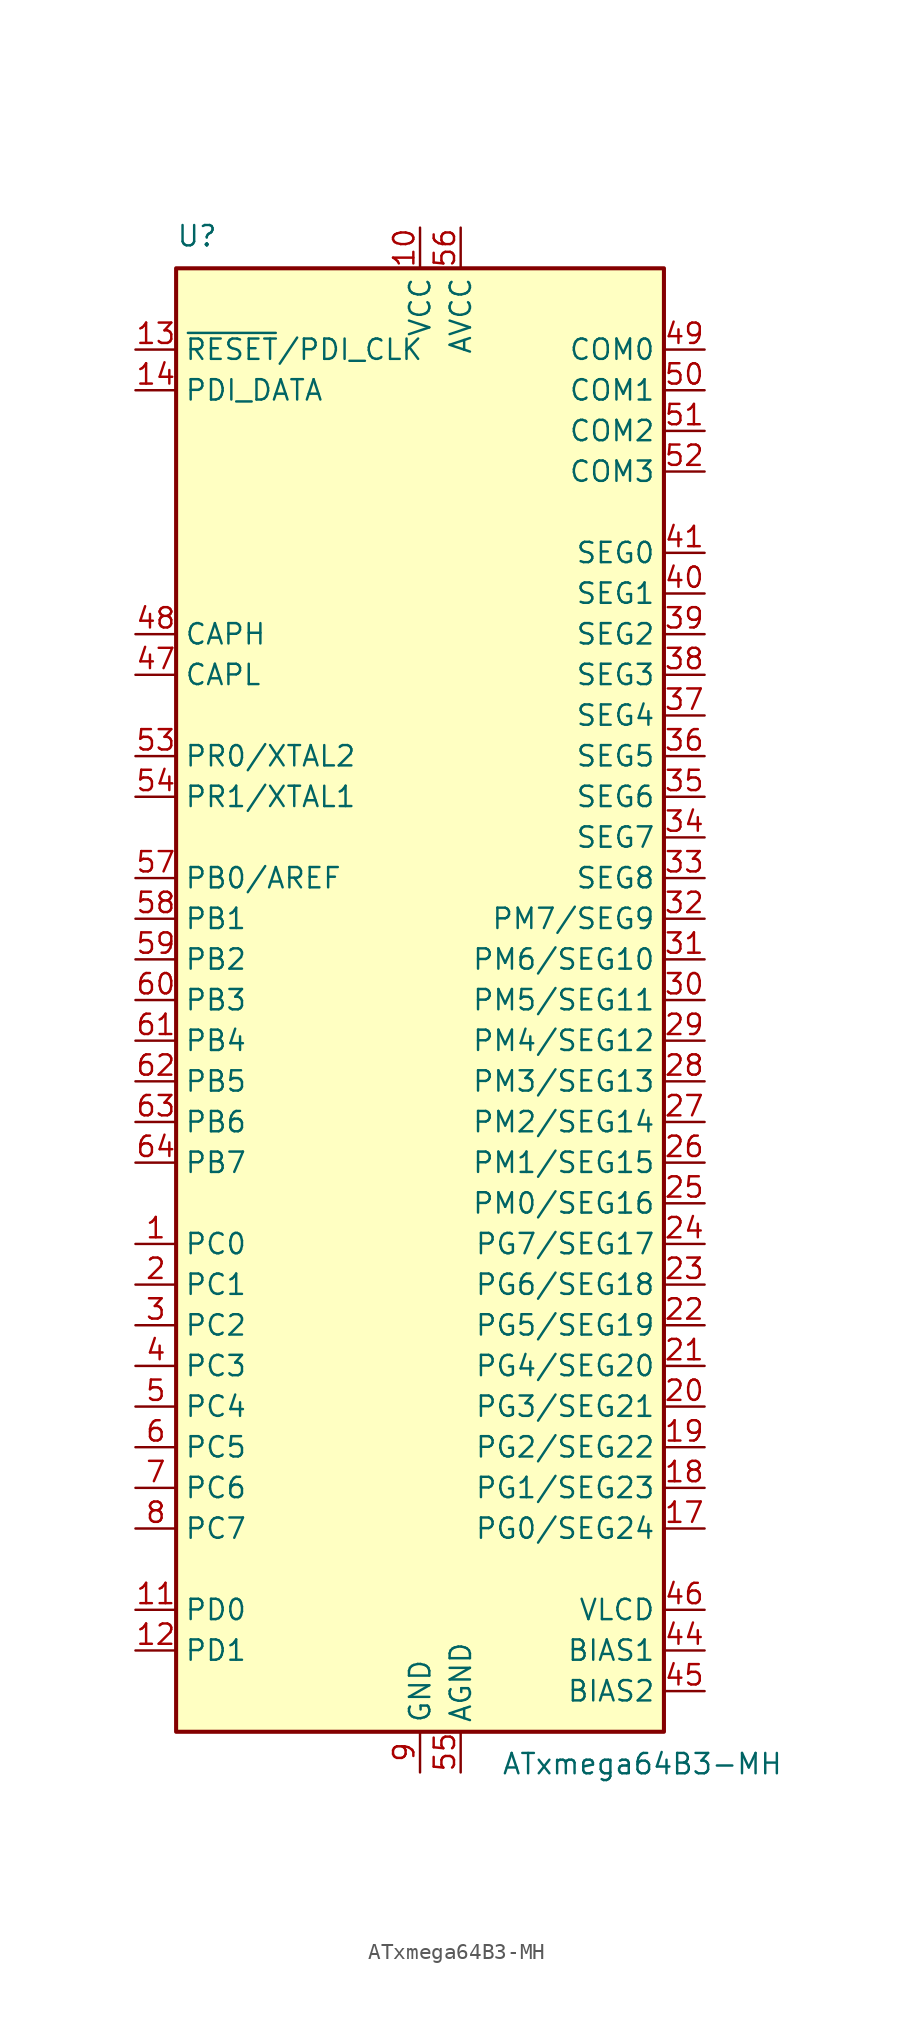
<source format=kicad_sym>
(kicad_symbol_lib
  (version 20211014)
  (generator kicad_symbol_editor)
  (symbol "ATxmega64B3-MH"
    (property "Reference" "U"
      (at -15.24 46.99 0)
      (effects (font (size 1.27 1.27)) (justify left bottom)))
    (property "Value" "ATxmega64B3-MH"
      (at 5.08 -46.99 0)
      (effects (font (size 1.27 1.27)) (justify left top)))
    (symbol "ATxmega64B3-MH_0_1"
      (rectangle (start -15.24 -45.72) (end 15.24 45.72) (stroke (width 0.254) (type default) (color 0 0 0 0)) (fill (type background))))
    (symbol "ATxmega64B3-MH_1_1"
      (pin bidirectional line (at -17.78 -15.24 0) (length 2.54) (name "PC0" (effects (font (size 1.27 1.27)))) (number "1" (effects (font (size 1.27 1.27)))))
      (pin power_in line (at 0 48.26 270) (length 2.54) (name "VCC" (effects (font (size 1.27 1.27)))) (number "10" (effects (font (size 1.27 1.27)))))
      (pin bidirectional line (at -17.78 -38.1 0) (length 2.54) (name "PD0" (effects (font (size 1.27 1.27)))) (number "11" (effects (font (size 1.27 1.27)))))
      (pin bidirectional line (at -17.78 -40.64 0) (length 2.54) (name "PD1" (effects (font (size 1.27 1.27)))) (number "12" (effects (font (size 1.27 1.27)))))
      (pin input line (at -17.78 40.64 0) (length 2.54) (name "~{RESET}/PDI_CLK" (effects (font (size 1.27 1.27)))) (number "13" (effects (font (size 1.27 1.27)))))
      (pin bidirectional line (at -17.78 38.1 0) (length 2.54) (name "PDI_DATA" (effects (font (size 1.27 1.27)))) (number "14" (effects (font (size 1.27 1.27)))))
      (pin passive line (at 0 -48.26 90) (length 2.54) hide (name "GND" (effects (font (size 1.27 1.27)))) (number "15" (effects (font (size 1.27 1.27)))))
      (pin passive line (at 0 48.26 270) (length 2.54) hide (name "VCC" (effects (font (size 1.27 1.27)))) (number "16" (effects (font (size 1.27 1.27)))))
      (pin bidirectional line (at 17.78 -33.02 180) (length 2.54) (name "PG0/SEG24" (effects (font (size 1.27 1.27)))) (number "17" (effects (font (size 1.27 1.27)))))
      (pin bidirectional line (at 17.78 -30.48 180) (length 2.54) (name "PG1/SEG23" (effects (font (size 1.27 1.27)))) (number "18" (effects (font (size 1.27 1.27)))))
      (pin bidirectional line (at 17.78 -27.94 180) (length 2.54) (name "PG2/SEG22" (effects (font (size 1.27 1.27)))) (number "19" (effects (font (size 1.27 1.27)))))
      (pin bidirectional line (at -17.78 -17.78 0) (length 2.54) (name "PC1" (effects (font (size 1.27 1.27)))) (number "2" (effects (font (size 1.27 1.27)))))
      (pin bidirectional line (at 17.78 -25.4 180) (length 2.54) (name "PG3/SEG21" (effects (font (size 1.27 1.27)))) (number "20" (effects (font (size 1.27 1.27)))))
      (pin bidirectional line (at 17.78 -22.86 180) (length 2.54) (name "PG4/SEG20" (effects (font (size 1.27 1.27)))) (number "21" (effects (font (size 1.27 1.27)))))
      (pin bidirectional line (at 17.78 -20.32 180) (length 2.54) (name "PG5/SEG19" (effects (font (size 1.27 1.27)))) (number "22" (effects (font (size 1.27 1.27)))))
      (pin bidirectional line (at 17.78 -17.78 180) (length 2.54) (name "PG6/SEG18" (effects (font (size 1.27 1.27)))) (number "23" (effects (font (size 1.27 1.27)))))
      (pin bidirectional line (at 17.78 -15.24 180) (length 2.54) (name "PG7/SEG17" (effects (font (size 1.27 1.27)))) (number "24" (effects (font (size 1.27 1.27)))))
      (pin bidirectional line (at 17.78 -12.7 180) (length 2.54) (name "PM0/SEG16" (effects (font (size 1.27 1.27)))) (number "25" (effects (font (size 1.27 1.27)))))
      (pin bidirectional line (at 17.78 -10.16 180) (length 2.54) (name "PM1/SEG15" (effects (font (size 1.27 1.27)))) (number "26" (effects (font (size 1.27 1.27)))))
      (pin bidirectional line (at 17.78 -7.62 180) (length 2.54) (name "PM2/SEG14" (effects (font (size 1.27 1.27)))) (number "27" (effects (font (size 1.27 1.27)))))
      (pin bidirectional line (at 17.78 -5.08 180) (length 2.54) (name "PM3/SEG13" (effects (font (size 1.27 1.27)))) (number "28" (effects (font (size 1.27 1.27)))))
      (pin bidirectional line (at 17.78 -2.54 180) (length 2.54) (name "PM4/SEG12" (effects (font (size 1.27 1.27)))) (number "29" (effects (font (size 1.27 1.27)))))
      (pin bidirectional line (at -17.78 -20.32 0) (length 2.54) (name "PC2" (effects (font (size 1.27 1.27)))) (number "3" (effects (font (size 1.27 1.27)))))
      (pin bidirectional line (at 17.78 0 180) (length 2.54) (name "PM5/SEG11" (effects (font (size 1.27 1.27)))) (number "30" (effects (font (size 1.27 1.27)))))
      (pin bidirectional line (at 17.78 2.54 180) (length 2.54) (name "PM6/SEG10" (effects (font (size 1.27 1.27)))) (number "31" (effects (font (size 1.27 1.27)))))
      (pin bidirectional line (at 17.78 5.08 180) (length 2.54) (name "PM7/SEG9" (effects (font (size 1.27 1.27)))) (number "32" (effects (font (size 1.27 1.27)))))
      (pin output line (at 17.78 7.62 180) (length 2.54) (name "SEG8" (effects (font (size 1.27 1.27)))) (number "33" (effects (font (size 1.27 1.27)))))
      (pin output line (at 17.78 10.16 180) (length 2.54) (name "SEG7" (effects (font (size 1.27 1.27)))) (number "34" (effects (font (size 1.27 1.27)))))
      (pin output line (at 17.78 12.7 180) (length 2.54) (name "SEG6" (effects (font (size 1.27 1.27)))) (number "35" (effects (font (size 1.27 1.27)))))
      (pin output line (at 17.78 15.24 180) (length 2.54) (name "SEG5" (effects (font (size 1.27 1.27)))) (number "36" (effects (font (size 1.27 1.27)))))
      (pin output line (at 17.78 17.78 180) (length 2.54) (name "SEG4" (effects (font (size 1.27 1.27)))) (number "37" (effects (font (size 1.27 1.27)))))
      (pin output line (at 17.78 20.32 180) (length 2.54) (name "SEG3" (effects (font (size 1.27 1.27)))) (number "38" (effects (font (size 1.27 1.27)))))
      (pin output line (at 17.78 22.86 180) (length 2.54) (name "SEG2" (effects (font (size 1.27 1.27)))) (number "39" (effects (font (size 1.27 1.27)))))
      (pin bidirectional line (at -17.78 -22.86 0) (length 2.54) (name "PC3" (effects (font (size 1.27 1.27)))) (number "4" (effects (font (size 1.27 1.27)))))
      (pin output line (at 17.78 25.4 180) (length 2.54) (name "SEG1" (effects (font (size 1.27 1.27)))) (number "40" (effects (font (size 1.27 1.27)))))
      (pin output line (at 17.78 27.94 180) (length 2.54) (name "SEG0" (effects (font (size 1.27 1.27)))) (number "41" (effects (font (size 1.27 1.27)))))
      (pin passive line (at 0 -48.26 90) (length 2.54) hide (name "GND" (effects (font (size 1.27 1.27)))) (number "42" (effects (font (size 1.27 1.27)))))
      (pin passive line (at 0 48.26 270) (length 2.54) hide (name "VCC" (effects (font (size 1.27 1.27)))) (number "43" (effects (font (size 1.27 1.27)))))
      (pin power_out line (at 17.78 -40.64 180) (length 2.54) (name "BIAS1" (effects (font (size 1.27 1.27)))) (number "44" (effects (font (size 1.27 1.27)))))
      (pin power_out line (at 17.78 -43.18 180) (length 2.54) (name "BIAS2" (effects (font (size 1.27 1.27)))) (number "45" (effects (font (size 1.27 1.27)))))
      (pin power_out line (at 17.78 -38.1 180) (length 2.54) (name "VLCD" (effects (font (size 1.27 1.27)))) (number "46" (effects (font (size 1.27 1.27)))))
      (pin passive line (at -17.78 20.32 0) (length 2.54) (name "CAPL" (effects (font (size 1.27 1.27)))) (number "47" (effects (font (size 1.27 1.27)))))
      (pin passive line (at -17.78 22.86 0) (length 2.54) (name "CAPH" (effects (font (size 1.27 1.27)))) (number "48" (effects (font (size 1.27 1.27)))))
      (pin output line (at 17.78 40.64 180) (length 2.54) (name "COM0" (effects (font (size 1.27 1.27)))) (number "49" (effects (font (size 1.27 1.27)))))
      (pin bidirectional line (at -17.78 -25.4 0) (length 2.54) (name "PC4" (effects (font (size 1.27 1.27)))) (number "5" (effects (font (size 1.27 1.27)))))
      (pin output line (at 17.78 38.1 180) (length 2.54) (name "COM1" (effects (font (size 1.27 1.27)))) (number "50" (effects (font (size 1.27 1.27)))))
      (pin output line (at 17.78 35.56 180) (length 2.54) (name "COM2" (effects (font (size 1.27 1.27)))) (number "51" (effects (font (size 1.27 1.27)))))
      (pin output line (at 17.78 33.02 180) (length 2.54) (name "COM3" (effects (font (size 1.27 1.27)))) (number "52" (effects (font (size 1.27 1.27)))))
      (pin bidirectional line (at -17.78 15.24 0) (length 2.54) (name "PR0/XTAL2" (effects (font (size 1.27 1.27)))) (number "53" (effects (font (size 1.27 1.27)))))
      (pin bidirectional line (at -17.78 12.7 0) (length 2.54) (name "PR1/XTAL1" (effects (font (size 1.27 1.27)))) (number "54" (effects (font (size 1.27 1.27)))))
      (pin power_in line (at 2.54 -48.26 90) (length 2.54) (name "AGND" (effects (font (size 1.27 1.27)))) (number "55" (effects (font (size 1.27 1.27)))))
      (pin power_in line (at 2.54 48.26 270) (length 2.54) (name "AVCC" (effects (font (size 1.27 1.27)))) (number "56" (effects (font (size 1.27 1.27)))))
      (pin bidirectional line (at -17.78 7.62 0) (length 2.54) (name "PB0/AREF" (effects (font (size 1.27 1.27)))) (number "57" (effects (font (size 1.27 1.27)))))
      (pin bidirectional line (at -17.78 5.08 0) (length 2.54) (name "PB1" (effects (font (size 1.27 1.27)))) (number "58" (effects (font (size 1.27 1.27)))))
      (pin bidirectional line (at -17.78 2.54 0) (length 2.54) (name "PB2" (effects (font (size 1.27 1.27)))) (number "59" (effects (font (size 1.27 1.27)))))
      (pin bidirectional line (at -17.78 -27.94 0) (length 2.54) (name "PC5" (effects (font (size 1.27 1.27)))) (number "6" (effects (font (size 1.27 1.27)))))
      (pin bidirectional line (at -17.78 0 0) (length 2.54) (name "PB3" (effects (font (size 1.27 1.27)))) (number "60" (effects (font (size 1.27 1.27)))))
      (pin bidirectional line (at -17.78 -2.54 0) (length 2.54) (name "PB4" (effects (font (size 1.27 1.27)))) (number "61" (effects (font (size 1.27 1.27)))))
      (pin bidirectional line (at -17.78 -5.08 0) (length 2.54) (name "PB5" (effects (font (size 1.27 1.27)))) (number "62" (effects (font (size 1.27 1.27)))))
      (pin bidirectional line (at -17.78 -7.62 0) (length 2.54) (name "PB6" (effects (font (size 1.27 1.27)))) (number "63" (effects (font (size 1.27 1.27)))))
      (pin bidirectional line (at -17.78 -10.16 0) (length 2.54) (name "PB7" (effects (font (size 1.27 1.27)))) (number "64" (effects (font (size 1.27 1.27)))))
      (pin passive line (at 0 -48.26 90) (length 2.54) hide (name "GND" (effects (font (size 1.27 1.27)))) (number "65" (effects (font (size 1.27 1.27)))))
      (pin bidirectional line (at -17.78 -30.48 0) (length 2.54) (name "PC6" (effects (font (size 1.27 1.27)))) (number "7" (effects (font (size 1.27 1.27)))))
      (pin bidirectional line (at -17.78 -33.02 0) (length 2.54) (name "PC7" (effects (font (size 1.27 1.27)))) (number "8" (effects (font (size 1.27 1.27)))))
      (pin power_in line (at 0 -48.26 90) (length 2.54) (name "GND" (effects (font (size 1.27 1.27)))) (number "9" (effects (font (size 1.27 1.27))))))))
</source>
